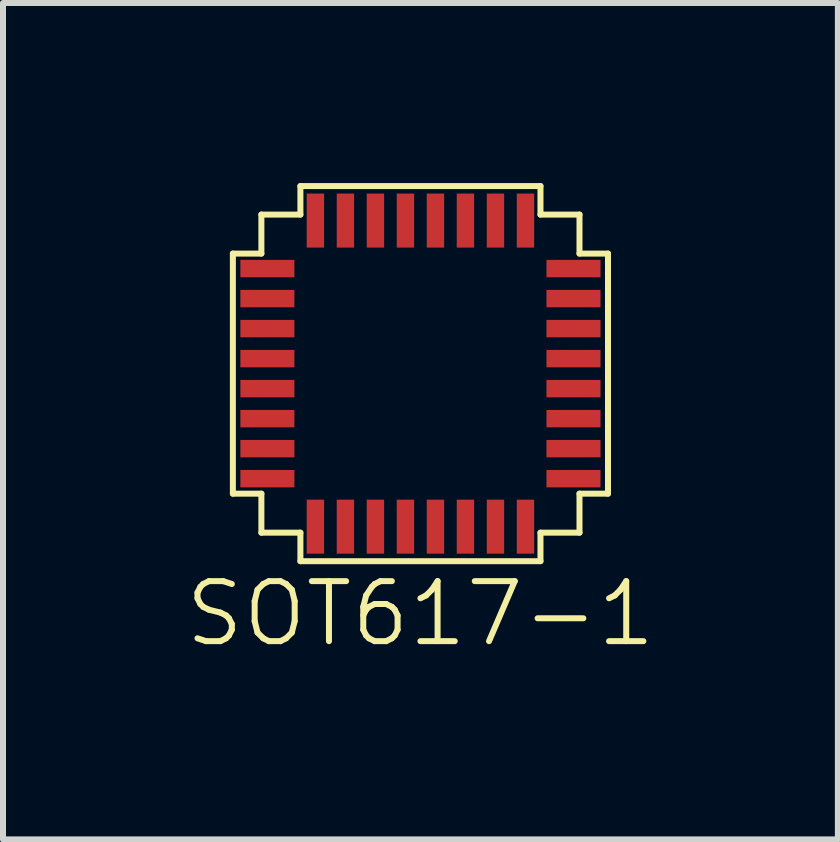
<source format=kicad_pcb>
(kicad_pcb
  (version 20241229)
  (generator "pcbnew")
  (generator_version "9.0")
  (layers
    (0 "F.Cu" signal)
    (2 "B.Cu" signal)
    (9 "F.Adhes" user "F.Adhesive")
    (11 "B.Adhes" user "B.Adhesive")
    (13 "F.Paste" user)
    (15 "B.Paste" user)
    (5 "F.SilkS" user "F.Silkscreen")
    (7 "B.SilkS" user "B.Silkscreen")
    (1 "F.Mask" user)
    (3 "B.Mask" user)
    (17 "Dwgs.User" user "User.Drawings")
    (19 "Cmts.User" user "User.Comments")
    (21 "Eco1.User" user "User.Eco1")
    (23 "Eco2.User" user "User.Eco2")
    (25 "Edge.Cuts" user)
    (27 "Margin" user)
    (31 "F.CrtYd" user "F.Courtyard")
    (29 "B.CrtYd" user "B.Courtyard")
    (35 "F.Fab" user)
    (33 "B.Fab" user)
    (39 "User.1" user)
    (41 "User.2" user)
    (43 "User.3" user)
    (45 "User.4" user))
  (footprint "SOT617-1"
    (layer "F.Cu")
    (at 3.955 3.175)
    (property "Reference" "SOT617-1" (at 0 4 0) (layer "F.SilkS") (effects (font (size 1 1) (thickness 0.1))))
    (attr through_hole)
    (fp_line (start -3.125 -2) (end -2.65 -2) (stroke (width 0.1) (type solid)) (layer "F.SilkS"))
    (fp_line (start -3.125 2) (end -3.125 -2) (stroke (width 0.1) (type solid)) (layer "F.SilkS"))
    (fp_line (start -2.65 -2.65) (end -2 -2.65) (stroke (width 0.1) (type solid)) (layer "F.SilkS"))
    (fp_line (start -2.65 -2) (end -2.65 -2.65) (stroke (width 0.1) (type solid)) (layer "F.SilkS"))
    (fp_line (start -2.65 2) (end -3.125 2) (stroke (width 0.1) (type solid)) (layer "F.SilkS"))
    (fp_line (start -2.65 2.65) (end -2.65 2) (stroke (width 0.1) (type solid)) (layer "F.SilkS"))
    (fp_line (start -2 -3.125) (end 2 -3.125) (stroke (width 0.1) (type solid)) (layer "F.SilkS"))
    (fp_line (start -2 -2.65) (end -2 -3.125) (stroke (width 0.1) (type solid)) (layer "F.SilkS"))
    (fp_line (start -2 2.65) (end -2.65 2.65) (stroke (width 0.1) (type solid)) (layer "F.SilkS"))
    (fp_line (start -2 3.125) (end -2 2.65) (stroke (width 0.1) (type solid)) (layer "F.SilkS"))
    (fp_line (start 2 -3.125) (end 2 -2.65) (stroke (width 0.1) (type solid)) (layer "F.SilkS"))
    (fp_line (start 2 -2.65) (end 2.65 -2.65) (stroke (width 0.1) (type solid)) (layer "F.SilkS"))
    (fp_line (start 2 2.65) (end 2 3.125) (stroke (width 0.1) (type solid)) (layer "F.SilkS"))
    (fp_line (start 2 3.125) (end -2 3.125) (stroke (width 0.1) (type solid)) (layer "F.SilkS"))
    (fp_line (start 2.65 -2.65) (end 2.65 -2) (stroke (width 0.1) (type solid)) (layer "F.SilkS"))
    (fp_line (start 2.65 -2) (end 3.125 -2) (stroke (width 0.1) (type solid)) (layer "F.SilkS"))
    (fp_line (start 2.65 2) (end 2.65 2.65) (stroke (width 0.1) (type solid)) (layer "F.SilkS"))
    (fp_line (start 2.65 2.65) (end 2 2.65) (stroke (width 0.1) (type solid)) (layer "F.SilkS"))
    (fp_line (start 3.125 -2) (end 3.125 2) (stroke (width 0.1) (type solid)) (layer "F.SilkS"))
    (fp_line (start 3.125 2) (end 2.65 2) (stroke (width 0.1) (type solid)) (layer "F.SilkS"))
    (pad "1" smd rect (at -2.55 -1.75) (size 0.9 0.29) (layers "F.Cu" "F.Mask" "F.Paste"))
    (pad "2" smd rect (at -2.55 -1.25) (size 0.9 0.29) (layers "F.Cu" "F.Mask" "F.Paste"))
    (pad "3" smd rect (at -2.55 -0.75) (size 0.9 0.29) (layers "F.Cu" "F.Mask" "F.Paste"))
    (pad "4" smd rect (at -2.55 -0.25) (size 0.9 0.29) (layers "F.Cu" "F.Mask" "F.Paste"))
    (pad "5" smd rect (at -2.55 0.25) (size 0.9 0.29) (layers "F.Cu" "F.Mask" "F.Paste"))
    (pad "6" smd rect (at -2.55 0.75) (size 0.9 0.29) (layers "F.Cu" "F.Mask" "F.Paste"))
    (pad "7" smd rect (at -2.55 1.25) (size 0.9 0.29) (layers "F.Cu" "F.Mask" "F.Paste"))
    (pad "8" smd rect (at -2.55 1.75) (size 0.9 0.29) (layers "F.Cu" "F.Mask" "F.Paste"))
    (pad "9" smd rect (at -1.75 2.55) (size 0.29 0.9) (layers "F.Cu" "F.Mask" "F.Paste"))
    (pad "10" smd rect (at -1.25 2.55) (size 0.29 0.9) (layers "F.Cu" "F.Mask" "F.Paste"))
    (pad "11" smd rect (at -0.75 2.55) (size 0.29 0.9) (layers "F.Cu" "F.Mask" "F.Paste"))
    (pad "12" smd rect (at -0.25 2.55) (size 0.29 0.9) (layers "F.Cu" "F.Mask" "F.Paste"))
    (pad "13" smd rect (at 0.25 2.55) (size 0.29 0.9) (layers "F.Cu" "F.Mask" "F.Paste"))
    (pad "14" smd rect (at 0.75 2.55) (size 0.29 0.9) (layers "F.Cu" "F.Mask" "F.Paste"))
    (pad "15" smd rect (at 1.25 2.55) (size 0.29 0.9) (layers "F.Cu" "F.Mask" "F.Paste"))
    (pad "16" smd rect (at 1.75 2.55) (size 0.29 0.9) (layers "F.Cu" "F.Mask" "F.Paste"))
    (pad "17" smd rect (at 2.55 1.75) (size 0.9 0.29) (layers "F.Cu" "F.Mask" "F.Paste"))
    (pad "18" smd rect (at 2.55 1.25) (size 0.9 0.29) (layers "F.Cu" "F.Mask" "F.Paste"))
    (pad "19" smd rect (at 2.55 0.75) (size 0.9 0.29) (layers "F.Cu" "F.Mask" "F.Paste"))
    (pad "20" smd rect (at 2.55 0.25) (size 0.9 0.29) (layers "F.Cu" "F.Mask" "F.Paste"))
    (pad "21" smd rect (at 2.55 -0.25) (size 0.9 0.29) (layers "F.Cu" "F.Mask" "F.Paste"))
    (pad "22" smd rect (at 2.55 -0.75) (size 0.9 0.29) (layers "F.Cu" "F.Mask" "F.Paste"))
    (pad "23" smd rect (at 2.55 -1.25) (size 0.9 0.29) (layers "F.Cu" "F.Mask" "F.Paste"))
    (pad "24" smd rect (at 2.55 -1.75) (size 0.9 0.29) (layers "F.Cu" "F.Mask" "F.Paste"))
    (pad "25" smd rect (at -1.75 -2.55) (size 0.29 0.9) (layers "F.Cu" "F.Mask" "F.Paste"))
    (pad "26" smd rect (at -1.25 -2.55) (size 0.29 0.9) (layers "F.Cu" "F.Mask" "F.Paste"))
    (pad "27" smd rect (at -0.75 -2.55) (size 0.29 0.9) (layers "F.Cu" "F.Mask" "F.Paste"))
    (pad "28" smd rect (at -0.25 -2.55) (size 0.29 0.9) (layers "F.Cu" "F.Mask" "F.Paste"))
    (pad "29" smd rect (at 0.25 -2.55) (size 0.29 0.9) (layers "F.Cu" "F.Mask" "F.Paste"))
    (pad "30" smd rect (at 0.75 -2.55) (size 0.29 0.9) (layers "F.Cu" "F.Mask" "F.Paste"))
    (pad "31" smd rect (at 1.25 -2.55) (size 0.29 0.9) (layers "F.Cu" "F.Mask" "F.Paste"))
    (pad "32" smd rect (at 1.75 -2.55) (size 0.29 0.9) (layers "F.Cu" "F.Mask" "F.Paste")))
  (gr_rect
    (start -3 -3)
    (end 10.91 10.935)
    (stroke (width 0.1) (type default))
    (fill no)
    (layer "Edge.Cuts")))
</source>
